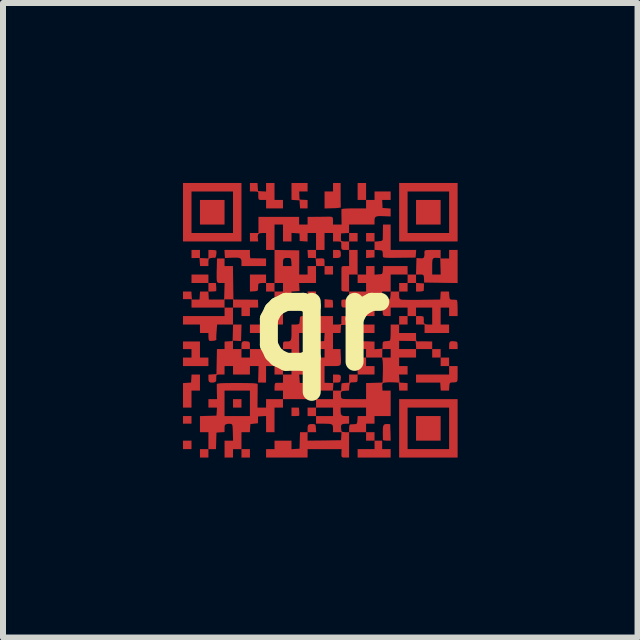
<source format=kicad_pcb>
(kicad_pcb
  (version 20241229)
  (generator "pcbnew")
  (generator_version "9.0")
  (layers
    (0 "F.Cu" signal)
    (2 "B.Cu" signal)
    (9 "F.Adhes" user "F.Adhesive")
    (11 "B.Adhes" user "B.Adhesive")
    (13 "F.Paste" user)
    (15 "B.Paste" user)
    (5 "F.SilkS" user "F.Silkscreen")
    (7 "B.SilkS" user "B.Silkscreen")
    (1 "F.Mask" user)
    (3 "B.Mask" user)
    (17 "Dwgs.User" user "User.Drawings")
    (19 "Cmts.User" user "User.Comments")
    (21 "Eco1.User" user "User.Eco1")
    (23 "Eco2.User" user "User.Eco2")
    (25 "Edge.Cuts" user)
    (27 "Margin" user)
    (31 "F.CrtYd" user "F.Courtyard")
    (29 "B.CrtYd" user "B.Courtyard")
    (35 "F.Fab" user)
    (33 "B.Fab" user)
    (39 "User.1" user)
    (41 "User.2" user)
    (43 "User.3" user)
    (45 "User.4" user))
  (footprint "qr"
    (layer "F.Cu")
    (at 2.289 2.303)
    (property "Reference" "qr" (at 0 0 0) (layer "F.SilkS") (effects (font (size 1.5 1.5) (thickness 0.3))))
    (attr board_only exclude_from_pos_files exclude_from_bom)
    (fp_poly (pts (xy -2.147 1.646) (xy -2.147 1.709) (xy -2.218 1.709) (xy -2.289 1.709) (xy -2.289 1.646) (xy -2.289 1.582) (xy -2.218 1.582) (xy -2.147 1.582)) (stroke (width 0) (type solid)) (fill yes) (layer "F.Cu"))
    (fp_poly (pts (xy -2.147 2.063) (xy -2.147 2.133) (xy -2.218 2.133) (xy -2.289 2.133) (xy -2.289 2.063) (xy -2.289 1.992) (xy -2.218 1.992) (xy -2.147 1.992)) (stroke (width 0) (type solid)) (fill yes) (layer "F.Cu"))
    (fp_poly (pts (xy -1.865 -0.706) (xy -1.865 -0.636) (xy -2.006 -0.636) (xy -2.147 -0.636) (xy -2.147 -0.706) (xy -2.147 -0.777) (xy -2.006 -0.777) (xy -1.865 -0.777)) (stroke (width 0) (type solid)) (fill yes) (layer "F.Cu"))
    (fp_poly (pts (xy -1.596 -1.815) (xy -1.596 -1.61) (xy -1.801 -1.61) (xy -2.006 -1.61) (xy -2.006 -1.815) (xy -2.006 -2.02) (xy -1.801 -2.02) (xy -1.596 -2.02)) (stroke (width 0) (type solid)) (fill yes) (layer "F.Cu"))
    (fp_poly (pts (xy -1.314 1.37) (xy -1.314 1.441) (xy -1.384 1.441) (xy -1.455 1.441) (xy -1.455 1.37) (xy -1.455 1.3) (xy -1.384 1.3) (xy -1.314 1.3)) (stroke (width 0) (type solid)) (fill yes) (layer "F.Cu"))
    (fp_poly (pts (xy -1.173 2.204) (xy -1.173 2.274) (xy -1.243 2.274) (xy -1.314 2.274) (xy -1.314 2.204) (xy -1.314 2.133) (xy -1.243 2.133) (xy -1.173 2.133)) (stroke (width 0) (type solid)) (fill yes) (layer "F.Cu"))
    (fp_poly (pts (xy -0.071 -0.29) (xy -0.071 -0.085) (xy -0.141 -0.085) (xy -0.212 -0.085) (xy -0.212 -0.29) (xy -0.212 -0.494) (xy -0.141 -0.494) (xy -0.071 -0.494)) (stroke (width 0) (type solid)) (fill yes) (layer "F.Cu"))
    (fp_poly (pts (xy 0.212 -0.848) (xy 0.212 -0.777) (xy 0.141 -0.777) (xy 0.071 -0.777) (xy 0.071 -0.848) (xy 0.071 -0.918) (xy 0.141 -0.918) (xy 0.212 -0.918)) (stroke (width 0) (type solid)) (fill yes) (layer "F.Cu"))
    (fp_poly (pts (xy 0.904 -1.398) (xy 0.904 -1.328) (xy 0.833 -1.328) (xy 0.763 -1.328) (xy 0.763 -1.399) (xy 0.763 -1.469) (xy 0.833 -1.469) (xy 0.904 -1.469)) (stroke (width 0) (type solid)) (fill yes) (layer "F.Cu"))
    (fp_poly (pts (xy 0.904 -1.125) (xy 0.904 -1.062) (xy 0.833 -1.057) (xy 0.763 -1.052) (xy 0.763 -1.12) (xy 0.763 -1.187) (xy 0.833 -1.187) (xy 0.904 -1.187)) (stroke (width 0) (type solid)) (fill yes) (layer "F.Cu"))
    (fp_poly (pts (xy 0.904 0.127) (xy 0.904 0.198) (xy 0.763 0.198) (xy 0.622 0.198) (xy 0.622 0.127) (xy 0.622 0.057) (xy 0.763 0.057) (xy 0.904 0.057)) (stroke (width 0) (type solid)) (fill yes) (layer "F.Cu"))
    (fp_poly (pts (xy 0.904 1.921) (xy 0.904 1.992) (xy 0.833 1.992) (xy 0.763 1.992) (xy 0.763 1.921) (xy 0.763 1.851) (xy 0.833 1.851) (xy 0.904 1.851)) (stroke (width 0) (type solid)) (fill yes) (layer "F.Cu"))
    (fp_poly (pts (xy 2.006 -1.815) (xy 2.006 -1.61) (xy 1.801 -1.61) (xy 1.596 -1.61) (xy 1.596 -1.815) (xy 1.596 -2.02) (xy 1.801 -2.02) (xy 2.006 -2.02)) (stroke (width 0) (type solid)) (fill yes) (layer "F.Cu"))
    (fp_poly (pts (xy 2.006 0.537) (xy 2.006 0.607) (xy 1.935 0.607) (xy 1.865 0.607) (xy 1.865 0.537) (xy 1.865 0.466) (xy 1.935 0.466) (xy 2.006 0.466)) (stroke (width 0) (type solid)) (fill yes) (layer "F.Cu"))
    (fp_poly (pts (xy 2.006 1.787) (xy 2.006 1.992) (xy 1.801 1.992) (xy 1.596 1.992) (xy 1.596 1.787) (xy 1.596 1.582) (xy 1.801 1.582) (xy 2.006 1.582)) (stroke (width 0) (type solid)) (fill yes) (layer "F.Cu"))
    (fp_poly (pts (xy 2.147 0.678) (xy 2.147 0.749) (xy 2.077 0.749) (xy 2.006 0.749) (xy 2.006 0.678) (xy 2.006 0.607) (xy 2.077 0.607) (xy 2.147 0.607)) (stroke (width 0) (type solid)) (fill yes) (layer "F.Cu"))
    (fp_poly (pts (xy -1.735 -0.571) (xy -1.733 -0.531) (xy -1.735 -0.505) (xy -1.736 -0.501) (xy -1.753 -0.497) (xy -1.787 -0.495) (xy -1.804 -0.494) (xy -1.865 -0.494) (xy -1.865 -0.565) (xy -1.865 -0.636) (xy -1.803 -0.636) (xy -1.74 -0.636)) (stroke (width 0) (type solid)) (fill yes) (layer "F.Cu"))
    (fp_poly (pts (xy -0.351 1.506) (xy -0.349 1.545) (xy -0.35 1.571) (xy -0.352 1.576) (xy -0.368 1.58) (xy -0.403 1.582) (xy -0.419 1.582) (xy -0.48 1.582) (xy -0.48 1.512) (xy -0.48 1.441) (xy -0.418 1.441) (xy -0.356 1.441)) (stroke (width 0) (type solid)) (fill yes) (layer "F.Cu"))
    (fp_poly (pts (xy 0.131 -0.361) (xy 0.17 -0.357) (xy 0.197 -0.355) (xy 0.201 -0.354) (xy 0.208 -0.341) (xy 0.211 -0.308) (xy 0.212 -0.29) (xy 0.212 -0.226) (xy 0.141 -0.226) (xy 0.071 -0.226) (xy 0.071 -0.296) (xy 0.071 -0.366)) (stroke (width 0) (type solid)) (fill yes) (layer "F.Cu"))
    (fp_poly (pts (xy 0.313 -1.185) (xy 0.332 -1.177) (xy 0.339 -1.156) (xy 0.342 -1.138) (xy 0.343 -1.091) (xy 0.332 -1.065) (xy 0.302 -1.054) (xy 0.272 -1.052) (xy 0.212 -1.052) (xy 0.212 -1.119) (xy 0.212 -1.187) (xy 0.274 -1.187)) (stroke (width 0) (type solid)) (fill yes) (layer "F.Cu"))
    (fp_poly (pts (xy 2.243 0.337) (xy 2.271 0.342) (xy 2.284 0.355) (xy 2.288 0.383) (xy 2.289 0.404) (xy 2.289 0.466) (xy 2.218 0.466) (xy 2.147 0.466) (xy 2.147 0.404) (xy 2.15 0.363) (xy 2.164 0.341) (xy 2.193 0.333)) (stroke (width 0) (type solid)) (fill yes) (layer "F.Cu"))
    (fp_poly (pts (xy -2.006 1.024) (xy -2.006 1.158) (xy -2.077 1.158) (xy -2.147 1.158) (xy -2.147 1.3) (xy -2.147 1.441) (xy -2.218 1.441) (xy -2.289 1.441) (xy -2.289 1.237) (xy -2.289 1.033) (xy -2.221 1.028) (xy -2.154 1.024) (xy -2.15 0.957) (xy -2.146 0.89) (xy -2.076 0.89) (xy -2.006 0.89)) (stroke (width 0) (type solid)) (fill yes) (layer "F.Cu"))
    (fp_poly (pts (xy 1.031 2.063) (xy 1.031 2.133) (xy 1.102 2.133) (xy 1.173 2.133) (xy 1.173 2.204) (xy 1.173 2.274) (xy 0.897 2.274) (xy 0.622 2.274) (xy 0.622 2.204) (xy 0.622 2.133) (xy 0.763 2.133) (xy 0.904 2.133) (xy 0.904 2.063) (xy 0.904 1.992) (xy 0.968 1.992) (xy 1.031 1.992)) (stroke (width 0) (type solid)) (fill yes) (layer "F.Cu"))
    (fp_poly (pts (xy 1.165 1.717) (xy 1.17 1.855) (xy 1.174 1.992) (xy 1.109 1.992) (xy 1.071 1.99) (xy 1.047 1.984) (xy 1.044 1.981) (xy 1.043 1.963) (xy 1.043 1.924) (xy 1.042 1.871) (xy 1.042 1.853) (xy 1.043 1.788) (xy 1.049 1.747) (xy 1.062 1.725) (xy 1.085 1.716) (xy 1.121 1.715)) (stroke (width 0) (type solid)) (fill yes) (layer "F.Cu"))
    (fp_poly (pts (xy -1.314 -1.815) (xy -1.314 -1.328) (xy -1.801 -1.328) (xy -2.289 -1.328) (xy -2.289 -1.815) (xy -2.147 -1.815) (xy -2.147 -1.469) (xy -1.801 -1.469) (xy -1.455 -1.469) (xy -1.455 -1.815) (xy -1.455 -2.161) (xy -1.801 -2.161) (xy -2.147 -2.161) (xy -2.147 -1.815) (xy -2.289 -1.815) (xy -2.289 -2.303) (xy -1.801 -2.303) (xy -1.314 -2.303)) (stroke (width 0) (type solid)) (fill yes) (layer "F.Cu"))
    (fp_poly (pts (xy 2.289 -1.815) (xy 2.289 -1.328) (xy 1.801 -1.328) (xy 1.314 -1.328) (xy 1.314 -1.815) (xy 1.455 -1.815) (xy 1.455 -1.469) (xy 1.801 -1.469) (xy 2.147 -1.469) (xy 2.147 -1.815) (xy 2.147 -2.161) (xy 1.801 -2.161) (xy 1.455 -2.161) (xy 1.455 -1.815) (xy 1.314 -1.815) (xy 1.314 -2.303) (xy 1.801 -2.303) (xy 2.289 -2.303)) (stroke (width 0) (type solid)) (fill yes) (layer "F.Cu"))
    (fp_poly (pts (xy 2.289 1.787) (xy 2.289 2.274) (xy 1.801 2.274) (xy 1.314 2.274) (xy 1.314 1.787) (xy 1.455 1.787) (xy 1.455 2.133) (xy 1.801 2.133) (xy 2.147 2.133) (xy 2.147 1.787) (xy 2.147 1.441) (xy 1.801 1.441) (xy 1.455 1.441) (xy 1.455 1.787) (xy 1.314 1.787) (xy 1.314 1.3) (xy 1.801 1.3) (xy 2.289 1.3)) (stroke (width 0) (type solid)) (fill yes) (layer "F.Cu"))
    (fp_poly (pts (xy -0.071 -1.115) (xy -0.071 -1.043) (xy -0.018 -1.046) (xy 0.03 -1.047) (xy 0.057 -1.042) (xy 0.068 -1.027) (xy 0.071 -0.996) (xy 0.071 -0.982) (xy 0.071 -0.918) (xy 0.001 -0.918) (xy -0.069 -0.918) (xy -0.073 -0.985) (xy -0.078 -1.052) (xy -0.141 -1.053) (xy -0.205 -1.054) (xy -0.209 -1.12) (xy -0.213 -1.187) (xy -0.142 -1.187) (xy -0.071 -1.187)) (stroke (width 0) (type solid)) (fill yes) (layer "F.Cu"))
    (fp_poly (pts (xy 0.339 -2.105) (xy 0.339 -2.033) (xy 0.34 -1.971) (xy 0.341 -1.924) (xy 0.342 -1.899) (xy 0.343 -1.897) (xy 0.331 -1.892) (xy 0.297 -1.887) (xy 0.247 -1.883) (xy 0.208 -1.882) (xy 0.071 -1.878) (xy 0.071 -2.02) (xy 0.071 -2.161) (xy 0.141 -2.161) (xy 0.212 -2.161) (xy 0.212 -2.232) (xy 0.212 -2.303) (xy 0.275 -2.303) (xy 0.339 -2.303)) (stroke (width 0) (type solid)) (fill yes) (layer "F.Cu"))
    (fp_poly (pts (xy -2.006 0.473) (xy -2.006 0.607) (xy -1.935 0.607) (xy -1.865 0.607) (xy -1.865 0.678) (xy -1.865 0.749) (xy -2.077 0.749) (xy -2.289 0.749) (xy -2.289 0.678) (xy -2.289 0.607) (xy -2.218 0.607) (xy -2.147 0.607) (xy -2.147 0.537) (xy -2.147 0.466) (xy -2.218 0.466) (xy -2.289 0.466) (xy -2.289 0.403) (xy -2.289 0.339) (xy -2.147 0.339) (xy -2.006 0.339)) (stroke (width 0) (type solid)) (fill yes) (layer "F.Cu"))
    (fp_poly (pts (xy -0.212 -2.232) (xy -0.212 -2.161) (xy -0.282 -2.161) (xy -0.352 -2.161) (xy -0.349 -2.094) (xy -0.346 -2.027) (xy -0.279 -2.023) (xy -0.212 -2.019) (xy -0.212 -1.949) (xy -0.212 -1.879) (xy -0.275 -1.879) (xy -0.337 -1.879) (xy -0.342 -1.946) (xy -0.346 -2.013) (xy -0.413 -2.017) (xy -0.48 -2.022) (xy -0.48 -2.162) (xy -0.48 -2.303) (xy -0.346 -2.303) (xy -0.212 -2.303)) (stroke (width 0) (type solid)) (fill yes) (layer "F.Cu"))
    (fp_poly (pts (xy 0.622 0.537) (xy 0.622 0.607) (xy 0.692 0.607) (xy 0.763 0.607) (xy 0.763 0.678) (xy 0.763 0.749) (xy 0.833 0.749) (xy 0.904 0.749) (xy 0.904 0.819) (xy 0.904 0.89) (xy 0.763 0.89) (xy 0.622 0.89) (xy 0.622 0.819) (xy 0.622 0.749) (xy 0.551 0.749) (xy 0.48 0.749) (xy 0.48 0.607) (xy 0.48 0.466) (xy 0.551 0.466) (xy 0.622 0.466)) (stroke (width 0) (type solid)) (fill yes) (layer "F.Cu"))
    (fp_poly (pts (xy -1.173 -1.116) (xy -1.171 -1.076) (xy -1.166 -1.051) (xy -1.162 -1.047) (xy -1.144 -1.048) (xy -1.105 -1.048) (xy -1.052 -1.047) (xy -1.028 -1.047) (xy -0.904 -1.045) (xy -0.904 -0.982) (xy -0.904 -0.918) (xy -1.109 -0.918) (xy -1.314 -0.918) (xy -1.314 -0.981) (xy -1.316 -1.016) (xy -1.325 -1.039) (xy -1.347 -1.053) (xy -1.384 -1.058) (xy -1.444 -1.058) (xy -1.48 -1.057) (xy -1.589 -1.052) (xy -1.594 -1.12) (xy -1.598 -1.187) (xy -1.385 -1.187) (xy -1.173 -1.187)) (stroke (width 0) (type solid)) (fill yes) (layer "F.Cu"))
    (fp_poly (pts (xy 2.289 0.883) (xy 2.289 0.945) (xy 2.287 0.985) (xy 2.279 1.007) (xy 2.262 1.017) (xy 2.232 1.021) (xy 2.197 1.022) (xy 2.171 1.025) (xy 2.158 1.037) (xy 2.152 1.065) (xy 2.15 1.091) (xy 2.146 1.158) (xy 2.077 1.158) (xy 2.008 1.158) (xy 2.003 1.091) (xy 1.999 1.024) (xy 1.798 1.024) (xy 1.596 1.024) (xy 1.596 0.957) (xy 1.596 0.89) (xy 1.872 0.89) (xy 2.147 0.89) (xy 2.147 0.819) (xy 2.147 0.749) (xy 2.218 0.749) (xy 2.289 0.749)) (stroke (width 0) (type solid)) (fill yes) (layer "F.Cu"))
    (fp_poly (pts (xy -2.006 -1.12) (xy -2.006 -1.052) (xy -1.935 -1.049) (xy -1.865 -1.045) (xy -1.865 -1.116) (xy -1.865 -1.187) (xy -1.802 -1.187) (xy -1.763 -1.184) (xy -1.738 -1.179) (xy -1.734 -1.176) (xy -1.73 -1.155) (xy -1.732 -1.122) (xy -1.738 -1.087) (xy -1.746 -1.062) (xy -1.754 -1.054) (xy -1.754 -1.054) (xy -1.776 -1.057) (xy -1.812 -1.054) (xy -1.816 -1.053) (xy -1.846 -1.046) (xy -1.86 -1.032) (xy -1.864 -1.004) (xy -1.865 -0.981) (xy -1.865 -0.918) (xy -1.935 -0.918) (xy -2.004 -0.918) (xy -2.009 -0.985) (xy -2.013 -1.052) (xy -2.08 -1.052) (xy -2.147 -1.051) (xy -2.147 -1.119) (xy -2.147 -1.187) (xy -2.077 -1.187) (xy -2.006 -1.187)) (stroke (width 0) (type solid)) (fill yes) (layer "F.Cu"))
    (fp_poly (pts (xy -1.043 -2.236) (xy -1.038 -2.168) (xy -0.971 -2.164) (xy -0.904 -2.16) (xy -0.904 -2.231) (xy -0.904 -2.303) (xy -0.833 -2.303) (xy -0.763 -2.303) (xy -0.763 -2.161) (xy -0.763 -2.02) (xy -0.692 -2.02) (xy -0.622 -2.02) (xy -0.622 -1.95) (xy -0.622 -1.879) (xy -0.763 -1.879) (xy -0.904 -1.879) (xy -0.904 -1.95) (xy -0.904 -2.02) (xy -0.968 -2.02) (xy -1.007 -2.021) (xy -1.026 -2.029) (xy -1.032 -2.048) (xy -1.033 -2.066) (xy -1.034 -2.106) (xy -1.034 -2.137) (xy -1.037 -2.152) (xy -1.055 -2.159) (xy -1.094 -2.161) (xy -1.102 -2.161) (xy -1.173 -2.161) (xy -1.173 -2.232) (xy -1.173 -2.303) (xy -1.11 -2.303) (xy -1.047 -2.303)) (stroke (width 0) (type solid)) (fill yes) (layer "F.Cu"))
    (fp_poly (pts (xy 1.173 -1.399) (xy 1.173 -1.187) (xy 1.385 -1.187) (xy 1.598 -1.187) (xy 1.594 -1.123) (xy 1.589 -1.059) (xy 1.317 -1.056) (xy 1.222 -1.055) (xy 1.151 -1.055) (xy 1.102 -1.056) (xy 1.07 -1.059) (xy 1.052 -1.064) (xy 1.045 -1.07) (xy 1.044 -1.074) (xy 1.042 -1.103) (xy 1.041 -1.137) (xy 1.037 -1.163) (xy 1.025 -1.176) (xy 0.997 -1.182) (xy 0.971 -1.184) (xy 0.904 -1.188) (xy 0.904 -1.257) (xy 0.904 -1.326) (xy 0.971 -1.331) (xy 1.016 -1.337) (xy 1.037 -1.349) (xy 1.04 -1.356) (xy 1.041 -1.38) (xy 1.042 -1.423) (xy 1.043 -1.478) (xy 1.043 -1.494) (xy 1.045 -1.61) (xy 1.109 -1.61) (xy 1.173 -1.61)) (stroke (width 0) (type solid)) (fill yes) (layer "F.Cu"))
    (fp_poly (pts (xy -1.596 -0.982) (xy -1.596 -0.918) (xy -1.526 -0.918) (xy -1.456 -0.918) (xy -1.452 -0.639) (xy -1.448 -0.36) (xy -1.243 -0.359) (xy -1.039 -0.357) (xy -1.037 -0.292) (xy -1.035 -0.226) (xy -1.104 -0.226) (xy -1.173 -0.226) (xy -1.173 -0.155) (xy -1.173 -0.085) (xy -1.243 -0.085) (xy -1.314 -0.085) (xy -1.314 -0.155) (xy -1.314 -0.226) (xy -1.384 -0.226) (xy -1.455 -0.226) (xy -1.455 -0.085) (xy -1.455 0.057) (xy -1.587 0.057) (xy -1.72 0.057) (xy -1.729 0.177) (xy -1.733 0.233) (xy -1.734 0.278) (xy -1.733 0.306) (xy -1.731 0.309) (xy -1.739 0.317) (xy -1.765 0.325) (xy -1.799 0.329) (xy -1.832 0.33) (xy -1.85 0.328) (xy -1.859 0.312) (xy -1.864 0.278) (xy -1.865 0.26) (xy -1.865 0.198) (xy -1.935 0.198) (xy -2.006 0.198) (xy -2.006 0.127) (xy -2.006 0.057) (xy -2.147 0.057) (xy -2.289 0.057) (xy -2.289 -0.014) (xy -2.289 -0.085) (xy -1.942 -0.085) (xy -1.596 -0.085) (xy -1.596 -0.155) (xy -1.596 -0.226) (xy -1.872 -0.226) (xy -2.147 -0.226) (xy -2.147 -0.295) (xy -1.596 -0.295) (xy -1.596 -0.226) (xy -1.526 -0.226) (xy -1.455 -0.226) (xy -1.455 -0.294) (xy -1.455 -0.363) (xy -1.526 -0.364) (xy -1.596 -0.364) (xy -1.596 -0.295) (xy -2.147 -0.295) (xy -2.147 -0.297) (xy -2.147 -0.367) (xy -2.218 -0.367) (xy -2.289 -0.367) (xy -2.289 -0.431) (xy -2.289 -0.494) (xy -2.219 -0.494) (xy -2.149 -0.494) (xy -2.145 -0.427) (xy -2.14 -0.36) (xy -2.077 -0.36) (xy -2.013 -0.36) (xy -2.009 -0.427) (xy -2.004 -0.494) (xy -1.935 -0.494) (xy -1.866 -0.494) (xy -1.862 -0.427) (xy -1.858 -0.36) (xy -1.731 -0.36) (xy -1.603 -0.36) (xy -1.599 -0.498) (xy -1.595 -0.636) (xy -1.658 -0.636) (xy -1.685 -0.636) (xy -1.705 -0.64) (xy -1.718 -0.65) (xy -1.725 -0.673) (xy -1.728 -0.71) (xy -1.728 -0.767) (xy -1.727 -0.848) (xy -1.726 -0.865) (xy -1.722 -1.045) (xy -1.659 -1.045) (xy -1.596 -1.045)) (stroke (width 0) (type solid)) (fill yes) (layer "F.Cu"))
    (fp_poly (pts (xy 0.763 -2.161) (xy 0.763 -2.02) (xy 0.833 -2.02) (xy 0.904 -2.02) (xy 0.904 -2.091) (xy 0.904 -2.161) (xy 1.038 -2.161) (xy 1.173 -2.161) (xy 1.173 -2.091) (xy 1.173 -2.02) (xy 1.102 -2.02) (xy 1.031 -2.02) (xy 1.035 -1.953) (xy 1.038 -1.886) (xy 1.105 -1.882) (xy 1.173 -1.877) (xy 1.173 -1.811) (xy 1.173 -1.745) (xy 1.072 -1.749) (xy 1.001 -1.752) (xy 0.953 -1.749) (xy 0.924 -1.739) (xy 0.909 -1.72) (xy 0.904 -1.69) (xy 0.904 -1.674) (xy 0.904 -1.61) (xy 0.692 -1.61) (xy 0.48 -1.61) (xy 0.48 -1.54) (xy 0.48 -1.471) (xy 0.413 -1.466) (xy 0.346 -1.462) (xy 0.344 -1.406) (xy 0.344 -1.367) (xy 0.347 -1.342) (xy 0.349 -1.339) (xy 0.365 -1.332) (xy 0.4 -1.328) (xy 0.418 -1.328) (xy 0.48 -1.328) (xy 0.48 -1.399) (xy 0.48 -1.469) (xy 0.551 -1.469) (xy 0.622 -1.469) (xy 0.622 -1.399) (xy 0.622 -1.328) (xy 0.551 -1.328) (xy 0.48 -1.328) (xy 0.48 -1.257) (xy 0.48 -1.187) (xy 0.417 -1.187) (xy 0.381 -1.188) (xy 0.36 -1.195) (xy 0.351 -1.215) (xy 0.349 -1.254) (xy 0.35 -1.282) (xy 0.349 -1.309) (xy 0.34 -1.323) (xy 0.316 -1.327) (xy 0.281 -1.328) (xy 0.212 -1.328) (xy 0.212 -1.399) (xy 0.212 -1.469) (xy 0.141 -1.469) (xy 0.071 -1.469) (xy 0.071 -1.328) (xy 0.071 -1.187) (xy -0.000001 -1.187) (xy -0.071 -1.187) (xy -0.071 -1.328) (xy -0.071 -1.469) (xy -0.141 -1.469) (xy -0.212 -1.469) (xy -0.212 -1.398) (xy -0.212 -1.326) (xy -0.278 -1.331) (xy -0.344 -1.335) (xy -0.345 -1.399) (xy -0.346 -1.462) (xy -0.413 -1.466) (xy -0.48 -1.471) (xy -0.48 -1.399) (xy -0.48 -1.328) (xy -0.551 -1.328) (xy -0.622 -1.328) (xy -0.622 -1.469) (xy -0.622 -1.61) (xy -0.692 -1.61) (xy -0.763 -1.61) (xy -0.763 -1.399) (xy -0.763 -1.187) (xy -0.557 -1.183) (xy -0.351 -1.18) (xy -0.351 -0.978) (xy -0.352 -0.777) (xy -0.282 -0.777) (xy -0.212 -0.777) (xy -0.212 -0.848) (xy -0.212 -0.918) (xy -0.141 -0.918) (xy -0.071 -0.918) (xy -0.071 -0.777) (xy -0.071 -0.636) (xy -0.212 -0.636) (xy -0.354 -0.636) (xy -0.35 -0.569) (xy -0.346 -0.502) (xy -0.413 -0.497) (xy -0.48 -0.493) (xy -0.48 -0.359) (xy -0.48 -0.226) (xy -0.551 -0.226) (xy -0.622 -0.226) (xy -0.622 -0.085) (xy -0.622 0.057) (xy -0.763 0.057) (xy -0.904 0.057) (xy -0.904 0.127) (xy -0.904 0.198) (xy -1.038 0.198) (xy -1.173 0.198) (xy -1.173 0.127) (xy -1.173 0.057) (xy -1.038 0.057) (xy -0.904 0.057) (xy -0.904 -0.014) (xy -0.904 -0.085) (xy -0.833 -0.085) (xy -0.763 -0.085) (xy -0.763 -0.155) (xy -0.763 -0.226) (xy -0.692 -0.226) (xy -0.622 -0.226) (xy -0.622 -0.298) (xy -0.622 -0.34) (xy -0.628 -0.361) (xy -0.642 -0.367) (xy -0.66 -0.367) (xy -0.713 -0.364) (xy -0.744 -0.368) (xy -0.758 -0.382) (xy -0.763 -0.41) (xy -0.763 -0.431) (xy -0.763 -0.494) (xy -0.833 -0.494) (xy -0.904 -0.494) (xy -0.904 -0.565) (xy -0.763 -0.565) (xy -0.763 -0.494) (xy -0.692 -0.494) (xy -0.622 -0.494) (xy -0.622 -0.565) (xy -0.622 -0.636) (xy -0.692 -0.636) (xy -0.763 -0.636) (xy -0.763 -0.565) (xy -0.904 -0.565) (xy -0.904 -0.636) (xy -0.968 -0.636) (xy -1.012 -0.632) (xy -1.032 -0.621) (xy -1.033 -0.618) (xy -1.035 -0.593) (xy -1.037 -0.554) (xy -1.037 -0.551) (xy -1.039 -0.521) (xy -1.049 -0.506) (xy -1.074 -0.5) (xy -1.106 -0.497) (xy -1.173 -0.493) (xy -1.173 -0.635) (xy -1.173 -0.777) (xy -1.038 -0.777) (xy -0.904 -0.777) (xy -0.904 -0.706) (xy -0.904 -0.636) (xy -0.833 -0.636) (xy -0.763 -0.636) (xy -0.763 -0.911) (xy -0.763 -0.98) (xy -0.622 -0.98) (xy -0.622 -0.918) (xy -0.55 -0.918) (xy -0.479 -0.918) (xy -0.483 -0.985) (xy -0.487 -1.026) (xy -0.495 -1.046) (xy -0.513 -1.052) (xy -0.537 -1.054) (xy -0.584 -1.052) (xy -0.609 -1.042) (xy -0.62 -1.016) (xy -0.622 -0.98) (xy -0.763 -0.98) (xy -0.763 -1.187) (xy -0.833 -1.187) (xy -0.904 -1.187) (xy -0.904 -1.328) (xy -0.904 -1.469) (xy -0.967 -1.469) (xy -1.011 -1.465) (xy -1.035 -1.448) (xy -1.043 -1.413) (xy -1.04 -1.373) (xy -1.035 -1.328) (xy -1.104 -1.328) (xy -1.173 -1.328) (xy -1.173 -1.399) (xy -1.173 -1.469) (xy -1.102 -1.469) (xy -1.031 -1.469) (xy -1.031 -1.603) (xy -1.031 -1.738) (xy -0.692 -1.738) (xy -0.353 -1.738) (xy -0.353 -1.674) (xy -0.353 -1.61) (xy -0.283 -1.61) (xy -0.212 -1.61) (xy -0.212 -1.674) (xy -0.212 -1.738) (xy -0.035 -1.739) (xy 0.034 -1.74) (xy 0.094 -1.741) (xy 0.139 -1.741) (xy 0.162 -1.741) (xy 0.162 -1.741) (xy 0.192 -1.739) (xy 0.207 -1.726) (xy 0.212 -1.696) (xy 0.212 -1.674) (xy 0.212 -1.61) (xy 0.283 -1.61) (xy 0.355 -1.61) (xy 0.353 -1.727) (xy 0.352 -1.783) (xy 0.352 -1.829) (xy 0.352 -1.858) (xy 0.352 -1.861) (xy 0.36 -1.869) (xy 0.385 -1.874) (xy 0.43 -1.877) (xy 0.498 -1.879) (xy 0.558 -1.879) (xy 0.763 -1.879) (xy 0.763 -1.95) (xy 0.763 -2.02) (xy 0.692 -2.02) (xy 0.622 -2.02) (xy 0.622 -2.161) (xy 0.622 -2.303) (xy 0.692 -2.303) (xy 0.763 -2.303)) (stroke (width 0) (type solid)) (fill yes) (layer "F.Cu"))
    (fp_poly (pts (xy 0.622 -0.982) (xy 0.622 -0.777) (xy 0.692 -0.777) (xy 0.763 -0.777) (xy 0.763 -0.848) (xy 0.763 -0.918) (xy 0.833 -0.918) (xy 0.904 -0.918) (xy 0.904 -0.847) (xy 0.904 -0.775) (xy 0.971 -0.78) (xy 1.006 -0.782) (xy 1.027 -0.788) (xy 1.037 -0.804) (xy 1.041 -0.836) (xy 1.044 -0.883) (xy 1.045 -0.918) (xy 1.25 -0.918) (xy 1.455 -0.918) (xy 1.455 -0.848) (xy 1.455 -0.777) (xy 1.525 -0.777) (xy 1.595 -0.777) (xy 1.599 -0.91) (xy 1.865 -0.91) (xy 1.865 -0.777) (xy 1.936 -0.777) (xy 2.007 -0.777) (xy 2.003 -0.914) (xy 1.999 -1.051) (xy 1.957 -1.054) (xy 1.916 -1.056) (xy 1.89 -1.051) (xy 1.874 -1.034) (xy 1.867 -1) (xy 1.865 -0.946) (xy 1.865 -0.91) (xy 1.599 -0.91) (xy 1.599 -0.914) (xy 1.603 -1.052) (xy 1.662 -1.048) (xy 1.701 -1.047) (xy 1.722 -1.056) (xy 1.73 -1.071) (xy 1.736 -1.1) (xy 1.736 -1.111) (xy 1.735 -1.134) (xy 1.736 -1.155) (xy 1.738 -1.17) (xy 1.746 -1.179) (xy 1.766 -1.184) (xy 1.803 -1.186) (xy 1.862 -1.187) (xy 1.872 -1.187) (xy 2.006 -1.187) (xy 2.006 -1.116) (xy 2.006 -1.045) (xy 2.077 -1.045) (xy 2.147 -1.045) (xy 2.147 -1.116) (xy 2.147 -1.187) (xy 2.218 -1.187) (xy 2.289 -1.187) (xy 2.289 -0.911) (xy 2.289 -0.635) (xy 2.01 -0.639) (xy 1.731 -0.643) (xy 1.729 -0.692) (xy 1.727 -0.739) (xy 1.72 -0.764) (xy 1.704 -0.775) (xy 1.672 -0.777) (xy 1.66 -0.777) (xy 1.596 -0.777) (xy 1.596 -0.707) (xy 1.596 -0.637) (xy 1.662 -0.633) (xy 1.728 -0.629) (xy 1.727 -0.576) (xy 1.726 -0.537) (xy 1.725 -0.511) (xy 1.725 -0.509) (xy 1.711 -0.5) (xy 1.679 -0.495) (xy 1.66 -0.494) (xy 1.596 -0.494) (xy 1.596 -0.565) (xy 1.596 -0.636) (xy 1.526 -0.636) (xy 1.455 -0.636) (xy 1.455 -0.565) (xy 1.455 -0.494) (xy 1.384 -0.494) (xy 1.314 -0.494) (xy 1.314 -0.431) (xy 1.316 -0.391) (xy 1.325 -0.37) (xy 1.344 -0.36) (xy 1.347 -0.36) (xy 1.37 -0.357) (xy 1.417 -0.356) (xy 1.483 -0.355) (xy 1.563 -0.355) (xy 1.654 -0.355) (xy 1.689 -0.356) (xy 1.999 -0.36) (xy 2.003 -0.427) (xy 2.008 -0.494) (xy 2.077 -0.494) (xy 2.146 -0.494) (xy 2.15 -0.427) (xy 2.154 -0.387) (xy 2.162 -0.367) (xy 2.181 -0.36) (xy 2.204 -0.358) (xy 2.242 -0.357) (xy 2.27 -0.355) (xy 2.271 -0.355) (xy 2.28 -0.345) (xy 2.285 -0.314) (xy 2.288 -0.26) (xy 2.289 -0.219) (xy 2.289 -0.085) (xy 2.218 -0.085) (xy 2.147 -0.085) (xy 2.147 -0.155) (xy 2.147 -0.226) (xy 2.077 -0.226) (xy 2.006 -0.226) (xy 2.006 -0.085) (xy 2.006 0.057) (xy 2.077 0.057) (xy 2.147 0.057) (xy 2.147 0.127) (xy 2.147 0.198) (xy 1.942 0.198) (xy 1.738 0.198) (xy 1.738 0.127) (xy 1.738 0.057) (xy 1.667 0.057) (xy 1.596 0.057) (xy 1.596 -0.014) (xy 1.596 -0.085) (xy 1.66 -0.085) (xy 1.699 -0.083) (xy 1.718 -0.076) (xy 1.724 -0.058) (xy 1.725 -0.046) (xy 1.726 -0.013) (xy 1.724 0.006) (xy 1.728 0.035) (xy 1.754 0.052) (xy 1.801 0.057) (xy 1.865 0.057) (xy 1.865 -0.085) (xy 1.865 -0.226) (xy 1.731 -0.226) (xy 1.596 -0.226) (xy 1.596 -0.155) (xy 1.596 -0.085) (xy 1.526 -0.085) (xy 1.455 -0.085) (xy 1.455 -0.014) (xy 1.455 0.057) (xy 1.384 0.057) (xy 1.314 0.057) (xy 1.314 0.127) (xy 1.314 0.198) (xy 1.455 0.198) (xy 1.596 0.198) (xy 1.596 0.269) (xy 1.597 0.312) (xy 1.603 0.332) (xy 1.616 0.339) (xy 1.628 0.338) (xy 1.658 0.337) (xy 1.706 0.337) (xy 1.761 0.337) (xy 1.762 0.337) (xy 1.865 0.339) (xy 1.865 0.403) (xy 1.865 0.466) (xy 1.731 0.466) (xy 1.598 0.466) (xy 1.594 0.399) (xy 1.589 0.332) (xy 1.452 0.33) (xy 1.314 0.328) (xy 1.314 0.397) (xy 1.314 0.466) (xy 1.456 0.466) (xy 1.596 0.466) (xy 1.596 0.537) (xy 1.596 0.607) (xy 1.455 0.607) (xy 1.314 0.607) (xy 1.314 0.678) (xy 1.314 0.749) (xy 1.384 0.749) (xy 1.455 0.749) (xy 1.455 0.819) (xy 1.455 0.89) (xy 1.384 0.89) (xy 1.312 0.89) (xy 1.317 0.957) (xy 1.321 1.024) (xy 1.388 1.028) (xy 1.455 1.033) (xy 1.455 1.096) (xy 1.455 1.158) (xy 1.385 1.158) (xy 1.315 1.158) (xy 1.311 1.092) (xy 1.307 1.025) (xy 1.215 1.02) (xy 1.158 1.019) (xy 1.106 1.021) (xy 1.077 1.024) (xy 1.048 1.031) (xy 1.035 1.044) (xy 1.032 1.072) (xy 1.033 1.096) (xy 1.037 1.158) (xy 1.105 1.158) (xy 1.173 1.158) (xy 1.173 1.37) (xy 1.173 1.582) (xy 1.038 1.582) (xy 0.904 1.582) (xy 0.904 1.646) (xy 0.904 1.709) (xy 0.833 1.709) (xy 0.763 1.709) (xy 0.763 1.78) (xy 0.763 1.851) (xy 0.622 1.851) (xy 0.48 1.851) (xy 0.48 2.063) (xy 0.48 2.274) (xy 0.417 2.274) (xy 0.38 2.273) (xy 0.36 2.266) (xy 0.352 2.245) (xy 0.352 2.205) (xy 0.353 2.186) (xy 0.355 2.133) (xy 0.072 2.133) (xy -0.212 2.133) (xy -0.212 2.204) (xy -0.212 2.274) (xy -0.558 2.274) (xy -0.904 2.274) (xy -0.904 2.204) (xy -0.904 2.133) (xy -0.833 2.133) (xy -0.763 2.133) (xy -0.763 2.063) (xy -0.763 1.992) (xy -0.622 1.992) (xy -0.48 1.992) (xy -0.48 2.063) (xy -0.48 2.135) (xy -0.413 2.13) (xy -0.346 2.126) (xy -0.342 1.988) (xy -0.338 1.851) (xy -0.275 1.851) (xy -0.212 1.851) (xy -0.212 1.789) (xy -0.209 1.747) (xy -0.197 1.725) (xy -0.168 1.716) (xy -0.127 1.715) (xy -0.097 1.717) (xy -0.082 1.727) (xy -0.076 1.752) (xy -0.073 1.784) (xy -0.069 1.851) (xy -0.14 1.851) (xy -0.212 1.851) (xy -0.212 1.922) (xy -0.212 1.992) (xy 0.067 1.989) (xy 0.346 1.985) (xy 0.35 1.918) (xy 0.353 1.851) (xy 0.283 1.851) (xy 0.212 1.851) (xy 0.212 1.789) (xy 0.21 1.755) (xy 0.203 1.732) (xy 0.185 1.719) (xy 0.151 1.712) (xy 0.096 1.71) (xy 0.048 1.709) (xy -0.071 1.709) (xy -0.071 1.646) (xy -0.071 1.582) (xy -0.141 1.582) (xy -0.212 1.582) (xy -0.212 1.512) (xy -0.071 1.512) (xy -0.071 1.582) (xy 0.071 1.582) (xy 0.212 1.582) (xy 0.212 1.512) (xy 0.212 1.489) (xy 0.339 1.489) (xy 0.342 1.539) (xy 0.355 1.568) (xy 0.381 1.58) (xy 0.418 1.582) (xy 0.48 1.582) (xy 0.48 1.646) (xy 0.48 1.709) (xy 0.427 1.71) (xy 0.378 1.714) (xy 0.352 1.728) (xy 0.345 1.756) (xy 0.346 1.773) (xy 0.35 1.81) (xy 0.352 1.833) (xy 0.366 1.845) (xy 0.406 1.85) (xy 0.417 1.851) (xy 0.48 1.851) (xy 0.48 1.787) (xy 0.484 1.743) (xy 0.495 1.723) (xy 0.498 1.722) (xy 0.523 1.72) (xy 0.562 1.718) (xy 0.565 1.718) (xy 0.595 1.715) (xy 0.61 1.705) (xy 0.616 1.679) (xy 0.619 1.649) (xy 0.623 1.582) (xy 0.693 1.582) (xy 0.763 1.582) (xy 0.763 1.512) (xy 0.763 1.441) (xy 0.551 1.441) (xy 0.339 1.441) (xy 0.339 1.489) (xy 0.212 1.489) (xy 0.212 1.441) (xy 0.071 1.441) (xy -0.071 1.441) (xy -0.071 1.512) (xy -0.212 1.512) (xy -0.212 1.441) (xy -0.141 1.441) (xy -0.071 1.441) (xy -0.071 1.37) (xy -0.071 1.3) (xy -0.346 1.3) (xy -0.622 1.3) (xy -0.622 1.37) (xy -0.622 1.441) (xy -0.692 1.441) (xy -0.763 1.441) (xy -0.763 1.646) (xy -0.763 1.851) (xy -0.833 1.851) (xy -0.904 1.851) (xy -0.904 1.716) (xy -0.904 1.581) (xy -0.971 1.585) (xy -1.038 1.589) (xy -1.038 1.646) (xy -1.038 1.702) (xy -1.102 1.709) (xy -1.165 1.716) (xy -1.17 1.784) (xy -1.174 1.851) (xy -1.244 1.851) (xy -1.314 1.851) (xy -1.314 1.992) (xy -1.314 2.133) (xy -1.384 2.133) (xy -1.455 2.133) (xy -1.455 2.204) (xy -1.455 2.274) (xy -1.526 2.274) (xy -1.596 2.274) (xy -1.596 2.133) (xy -1.596 1.992) (xy -1.525 1.992) (xy -1.454 1.992) (xy -1.458 1.854) (xy -1.46 1.791) (xy -1.463 1.75) (xy -1.469 1.727) (xy -1.478 1.717) (xy -1.492 1.712) (xy -1.495 1.712) (xy -1.537 1.711) (xy -1.562 1.716) (xy -1.584 1.725) (xy -1.594 1.744) (xy -1.596 1.782) (xy -1.596 1.787) (xy -1.596 1.849) (xy -1.663 1.853) (xy -1.731 1.858) (xy -1.735 1.995) (xy -1.739 2.133) (xy -1.802 2.133) (xy -1.865 2.133) (xy -1.865 2.204) (xy -1.865 2.274) (xy -1.935 2.274) (xy -2.006 2.274) (xy -2.006 2.204) (xy -2.006 2.133) (xy -1.935 2.133) (xy -1.865 2.133) (xy -1.865 1.992) (xy -1.865 1.851) (xy -1.935 1.851) (xy -2.006 1.851) (xy -2.006 1.717) (xy -2.006 1.583) (xy -1.868 1.579) (xy -1.731 1.575) (xy -1.726 1.508) (xy -1.722 1.441) (xy -1.793 1.441) (xy -1.865 1.441) (xy -1.865 1.37) (xy -1.596 1.37) (xy -1.596 1.582) (xy -1.384 1.582) (xy -1.173 1.582) (xy -1.173 1.37) (xy -1.173 1.158) (xy -1.384 1.158) (xy -1.596 1.158) (xy -1.596 1.37) (xy -1.865 1.37) (xy -1.865 1.3) (xy -1.793 1.3) (xy -1.721 1.3) (xy -1.724 1.183) (xy -1.725 1.127) (xy -1.725 1.081) (xy -1.725 1.052) (xy -1.725 1.049) (xy -1.718 1.043) (xy -1.696 1.039) (xy -1.658 1.035) (xy -1.599 1.033) (xy -1.519 1.032) (xy -1.413 1.031) (xy -1.384 1.031) (xy -1.272 1.032) (xy -1.186 1.033) (xy -1.123 1.035) (xy -1.08 1.038) (xy -1.055 1.042) (xy -1.045 1.047) (xy -1.044 1.049) (xy -1.044 1.069) (xy -1.044 1.112) (xy -1.044 1.171) (xy -1.045 1.24) (xy -1.045 1.254) (xy -1.047 1.441) (xy -0.976 1.441) (xy -0.904 1.441) (xy -0.904 1.37) (xy -0.904 1.3) (xy -0.763 1.3) (xy -0.622 1.3) (xy -0.622 1.229) (xy -0.622 1.158) (xy -0.071 1.158) (xy -0.071 1.229) (xy -0.071 1.3) (xy 0.071 1.3) (xy 0.212 1.3) (xy 0.212 1.229) (xy 0.212 1.158) (xy 0.279 1.158) (xy 0.347 1.158) (xy 0.349 1.1) (xy 0.352 1.063) (xy 0.355 1.04) (xy 0.356 1.038) (xy 0.372 1.034) (xy 0.406 1.03) (xy 0.421 1.029) (xy 0.48 1.026) (xy 0.48 0.958) (xy 0.48 0.89) (xy 0.551 0.89) (xy 0.622 0.89) (xy 0.622 0.954) (xy 0.62 0.993) (xy 0.613 1.011) (xy 0.594 1.018) (xy 0.572 1.019) (xy 0.534 1.021) (xy 0.506 1.022) (xy 0.505 1.022) (xy 0.493 1.037) (xy 0.485 1.074) (xy 0.483 1.091) (xy 0.479 1.157) (xy 0.412 1.161) (xy 0.372 1.165) (xy 0.352 1.174) (xy 0.344 1.192) (xy 0.343 1.201) (xy 0.344 1.243) (xy 0.347 1.268) (xy 0.351 1.28) (xy 0.358 1.289) (xy 0.374 1.295) (xy 0.403 1.298) (xy 0.45 1.299) (xy 0.518 1.3) (xy 0.558 1.3) (xy 0.763 1.3) (xy 0.763 1.166) (xy 0.763 1.032) (xy 0.901 1.028) (xy 1.038 1.024) (xy 1.043 0.862) (xy 1.044 0.792) (xy 1.043 0.728) (xy 1.041 0.678) (xy 1.038 0.653) (xy 1.03 0.607) (xy 1.033 0.607) (xy 1.103 0.607) (xy 1.173 0.607) (xy 1.173 0.537) (xy 1.173 0.466) (xy 1.103 0.466) (xy 1.034 0.466) (xy 1.033 0.537) (xy 1.033 0.607) (xy 1.03 0.607) (xy 0.896 0.607) (xy 0.763 0.607) (xy 0.763 0.537) (xy 0.763 0.466) (xy 0.692 0.466) (xy 0.622 0.466) (xy 0.622 0.399) (xy 0.622 0.332) (xy 0.763 0.336) (xy 0.904 0.341) (xy 0.904 0.404) (xy 0.904 0.468) (xy 0.971 0.463) (xy 1.038 0.459) (xy 1.038 0.399) (xy 1.041 0.36) (xy 1.05 0.342) (xy 1.067 0.337) (xy 1.101 0.334) (xy 1.116 0.332) (xy 1.147 0.328) (xy 1.155 0.327) (xy 1.164 0.317) (xy 1.169 0.286) (xy 1.172 0.231) (xy 1.173 0.191) (xy 1.173 0.057) (xy 1.243 0.057) (xy 1.314 0.057) (xy 1.314 -0.014) (xy 1.314 -0.085) (xy 1.384 -0.085) (xy 1.455 -0.085) (xy 1.455 -0.155) (xy 1.455 -0.226) (xy 1.314 -0.226) (xy 1.173 -0.226) (xy 1.173 -0.155) (xy 1.173 -0.085) (xy 1.109 -0.085) (xy 1.072 -0.086) (xy 1.052 -0.093) (xy 1.043 -0.114) (xy 1.04 -0.155) (xy 1.04 -0.17) (xy 1.037 -0.199) (xy 1.028 -0.215) (xy 1.003 -0.221) (xy 0.971 -0.223) (xy 0.904 -0.228) (xy 0.904 -0.156) (xy 0.904 -0.085) (xy 0.763 -0.085) (xy 0.622 -0.085) (xy 0.622 -0.015) (xy 0.622 0.055) (xy 0.484 0.06) (xy 0.346 0.064) (xy 0.342 0.131) (xy 0.337 0.198) (xy 0.275 0.198) (xy 0.212 0.198) (xy 0.212 0.332) (xy 0.212 0.466) (xy 0.274 0.466) (xy 0.337 0.466) (xy 0.341 0.576) (xy 0.345 0.648) (xy 0.344 0.697) (xy 0.337 0.727) (xy 0.318 0.742) (xy 0.285 0.748) (xy 0.234 0.749) (xy 0.204 0.749) (xy 0.071 0.749) (xy 0.071 0.888) (xy 0.071 1.027) (xy 0.141 1.029) (xy 0.212 1.032) (xy 0.212 0.961) (xy 0.212 0.89) (xy 0.274 0.89) (xy 0.317 0.893) (xy 0.339 0.907) (xy 0.344 0.937) (xy 0.34 0.975) (xy 0.333 1.007) (xy 0.318 1.021) (xy 0.288 1.024) (xy 0.275 1.024) (xy 0.219 1.024) (xy 0.215 1.091) (xy 0.21 1.158) (xy 0.07 1.158) (xy -0.071 1.158) (xy -0.622 1.158) (xy -0.692 1.158) (xy -0.763 1.158) (xy -0.763 1.095) (xy -0.759 1.051) (xy -0.748 1.031) (xy -0.745 1.03) (xy -0.72 1.028) (xy -0.681 1.028) (xy -0.675 1.028) (xy -0.622 1.027) (xy -0.622 0.959) (xy -0.622 0.89) (xy -0.692 0.89) (xy -0.763 0.89) (xy -0.763 0.819) (xy -0.622 0.819) (xy -0.622 0.89) (xy -0.551 0.89) (xy -0.48 0.89) (xy -0.352 0.89) (xy -0.347 0.957) (xy -0.344 0.997) (xy -0.342 1.024) (xy -0.341 1.029) (xy -0.327 1.03) (xy -0.295 1.03) (xy -0.279 1.029) (xy -0.219 1.024) (xy -0.215 0.957) (xy -0.21 0.89) (xy -0.14 0.89) (xy -0.071 0.89) (xy -0.071 0.819) (xy -0.071 0.749) (xy -0.141 0.749) (xy -0.212 0.749) (xy -0.212 0.819) (xy -0.212 0.89) (xy -0.282 0.89) (xy -0.352 0.89) (xy -0.48 0.89) (xy -0.48 0.819) (xy -0.48 0.749) (xy -0.551 0.749) (xy -0.622 0.749) (xy -0.622 0.819) (xy -0.763 0.819) (xy -0.763 0.749) (xy -0.833 0.749) (xy -0.904 0.749) (xy -0.904 0.886) (xy -0.904 1.024) (xy -0.971 1.024) (xy -1.037 1.023) (xy -1.033 0.886) (xy -1.029 0.749) (xy -1.101 0.749) (xy -1.173 0.749) (xy -1.173 0.819) (xy -1.173 0.89) (xy -1.314 0.89) (xy -1.455 0.89) (xy -1.455 0.819) (xy -1.455 0.749) (xy -1.526 0.749) (xy -1.596 0.749) (xy -1.596 0.819) (xy -1.596 0.89) (xy -1.665 0.89) (xy -1.706 0.891) (xy -1.727 0.897) (xy -1.733 0.913) (xy -1.734 0.936) (xy -1.735 0.973) (xy -1.736 0.998) (xy -1.736 0.998) (xy -1.75 1.014) (xy -1.781 1.024) (xy -1.82 1.025) (xy -1.833 1.022) (xy -1.853 1.013) (xy -1.863 0.992) (xy -1.865 0.953) (xy -1.865 0.892) (xy -1.798 0.887) (xy -1.731 0.883) (xy -1.727 0.675) (xy -1.724 0.537) (xy -1.314 0.537) (xy -1.314 0.607) (xy -1.243 0.607) (xy -1.173 0.607) (xy -1.173 0.537) (xy -0.622 0.537) (xy -0.622 0.607) (xy -0.551 0.607) (xy -0.48 0.607) (xy -0.48 0.537) (xy -0.48 0.466) (xy -0.551 0.466) (xy -0.622 0.466) (xy -0.622 0.537) (xy -1.173 0.537) (xy -1.173 0.466) (xy -1.243 0.466) (xy -1.314 0.466) (xy -1.314 0.537) (xy -1.724 0.537) (xy -1.723 0.466) (xy -1.66 0.466) (xy -1.596 0.466) (xy -1.596 0.403) (xy -1.596 0.341) (xy -1.529 0.336) (xy -1.462 0.332) (xy -1.458 0.194) (xy -1.454 0.057) (xy -1.384 0.057) (xy -1.313 0.057) (xy -1.317 0.194) (xy -1.321 0.332) (xy -1.388 0.329) (xy -1.455 0.325) (xy -1.455 0.396) (xy -1.455 0.466) (xy -1.384 0.466) (xy -1.314 0.466) (xy -1.314 0.404) (xy -1.311 0.363) (xy -1.298 0.341) (xy -1.269 0.333) (xy -1.218 0.337) (xy -1.19 0.342) (xy -1.177 0.355) (xy -1.173 0.383) (xy -1.173 0.404) (xy -1.173 0.466) (xy -1.038 0.466) (xy -0.904 0.466) (xy -0.904 0.332) (xy -0.904 0.198) (xy -0.833 0.198) (xy -0.763 0.198) (xy -0.763 0.332) (xy -0.763 0.466) (xy -0.692 0.466) (xy -0.622 0.466) (xy -0.622 0.403) (xy -0.62 0.364) (xy -0.613 0.345) (xy -0.594 0.339) (xy -0.573 0.339) (xy -0.532 0.338) (xy -0.505 0.331) (xy -0.49 0.313) (xy -0.483 0.28) (xy -0.48 0.226) (xy -0.48 0.189) (xy -0.48 0.057) (xy -0.417 0.057) (xy -0.378 0.054) (xy -0.355 0.047) (xy -0.351 0.042) (xy -0.346 0.015) (xy -0.346 0.014) (xy -0.343 -0.009) (xy -0.341 -0.042) (xy -0.338 -0.068) (xy -0.326 -0.081) (xy -0.299 -0.085) (xy -0.275 -0.085) (xy -0.212 -0.085) (xy -0.212 0.057) (xy -0.212 0.198) (xy -0.283 0.198) (xy -0.354 0.198) (xy -0.352 0.473) (xy -0.35 0.749) (xy -0.281 0.749) (xy -0.212 0.749) (xy -0.212 0.678) (xy -0.212 0.607) (xy -0.071 0.607) (xy 0.071 0.607) (xy 0.071 0.537) (xy 0.071 0.466) (xy 0.001 0.466) (xy -0.069 0.466) (xy -0.073 0.399) (xy -0.078 0.332) (xy -0.145 0.328) (xy -0.212 0.323) (xy -0.212 0.269) (xy -0.071 0.269) (xy -0.071 0.341) (xy -0.004 0.336) (xy 0.064 0.332) (xy 0.068 0.265) (xy 0.072 0.198) (xy 0.001 0.198) (xy -0.071 0.198) (xy -0.071 0.269) (xy -0.212 0.269) (xy -0.212 0.261) (xy -0.212 0.198) (xy -0.141 0.198) (xy -0.071 0.198) (xy -0.071 0.057) (xy -0.071 -0.085) (xy 0.071 -0.085) (xy 0.212 -0.085) (xy 0.212 -0.014) (xy 0.212 0.057) (xy 0.283 0.057) (xy 0.33 0.054) (xy 0.351 0.045) (xy 0.352 0.039) (xy 0.351 0.014) (xy 0.351 -0.025) (xy 0.351 -0.032) (xy 0.353 -0.085) (xy 0.417 -0.085) (xy 0.48 -0.085) (xy 0.48 -0.155) (xy 0.48 -0.226) (xy 0.417 -0.226) (xy 0.381 -0.227) (xy 0.361 -0.235) (xy 0.352 -0.255) (xy 0.35 -0.294) (xy 0.35 -0.318) (xy 0.352 -0.345) (xy 0.364 -0.357) (xy 0.393 -0.361) (xy 0.413 -0.361) (xy 0.473 -0.36) (xy 0.478 -0.427) (xy 0.482 -0.494) (xy 0.622 -0.494) (xy 0.763 -0.494) (xy 1.031 -0.494) (xy 1.031 -0.432) (xy 1.034 -0.391) (xy 1.046 -0.369) (xy 1.074 -0.36) (xy 1.115 -0.36) (xy 1.146 -0.362) (xy 1.161 -0.372) (xy 1.167 -0.396) (xy 1.17 -0.428) (xy 1.174 -0.494) (xy 1.244 -0.494) (xy 1.314 -0.494) (xy 1.314 -0.565) (xy 1.314 -0.636) (xy 1.384 -0.636) (xy 1.455 -0.636) (xy 1.455 -0.706) (xy 1.455 -0.777) (xy 1.314 -0.777) (xy 1.173 -0.777) (xy 1.173 -0.636) (xy 1.173 -0.494) (xy 1.102 -0.494) (xy 1.031 -0.494) (xy 0.763 -0.494) (xy 0.763 -0.565) (xy 0.763 -0.636) (xy 0.692 -0.636) (xy 0.622 -0.636) (xy 0.622 -0.706) (xy 0.622 -0.777) (xy 0.551 -0.777) (xy 0.48 -0.777) (xy 0.48 -0.636) (xy 0.48 -0.494) (xy 0.417 -0.494) (xy 0.376 -0.497) (xy 0.357 -0.505) (xy 0.352 -0.519) (xy 0.352 -0.542) (xy 0.352 -0.586) (xy 0.352 -0.645) (xy 0.352 -0.711) (xy 0.352 -0.779) (xy 0.352 -0.841) (xy 0.353 -0.879) (xy 0.355 -0.903) (xy 0.367 -0.915) (xy 0.396 -0.918) (xy 0.417 -0.918) (xy 0.48 -0.918) (xy 0.48 -1.052) (xy 0.48 -1.187) (xy 0.551 -1.187) (xy 0.622 -1.187)) (stroke (width 0) (type solid)) (fill yes) (layer "F.Cu")))
  (gr_rect
    (start -3 -3)
    (end 7.577 7.577)
    (stroke (width 0.1) (type default))
    (fill no)
    (layer "Edge.Cuts")))
</source>
